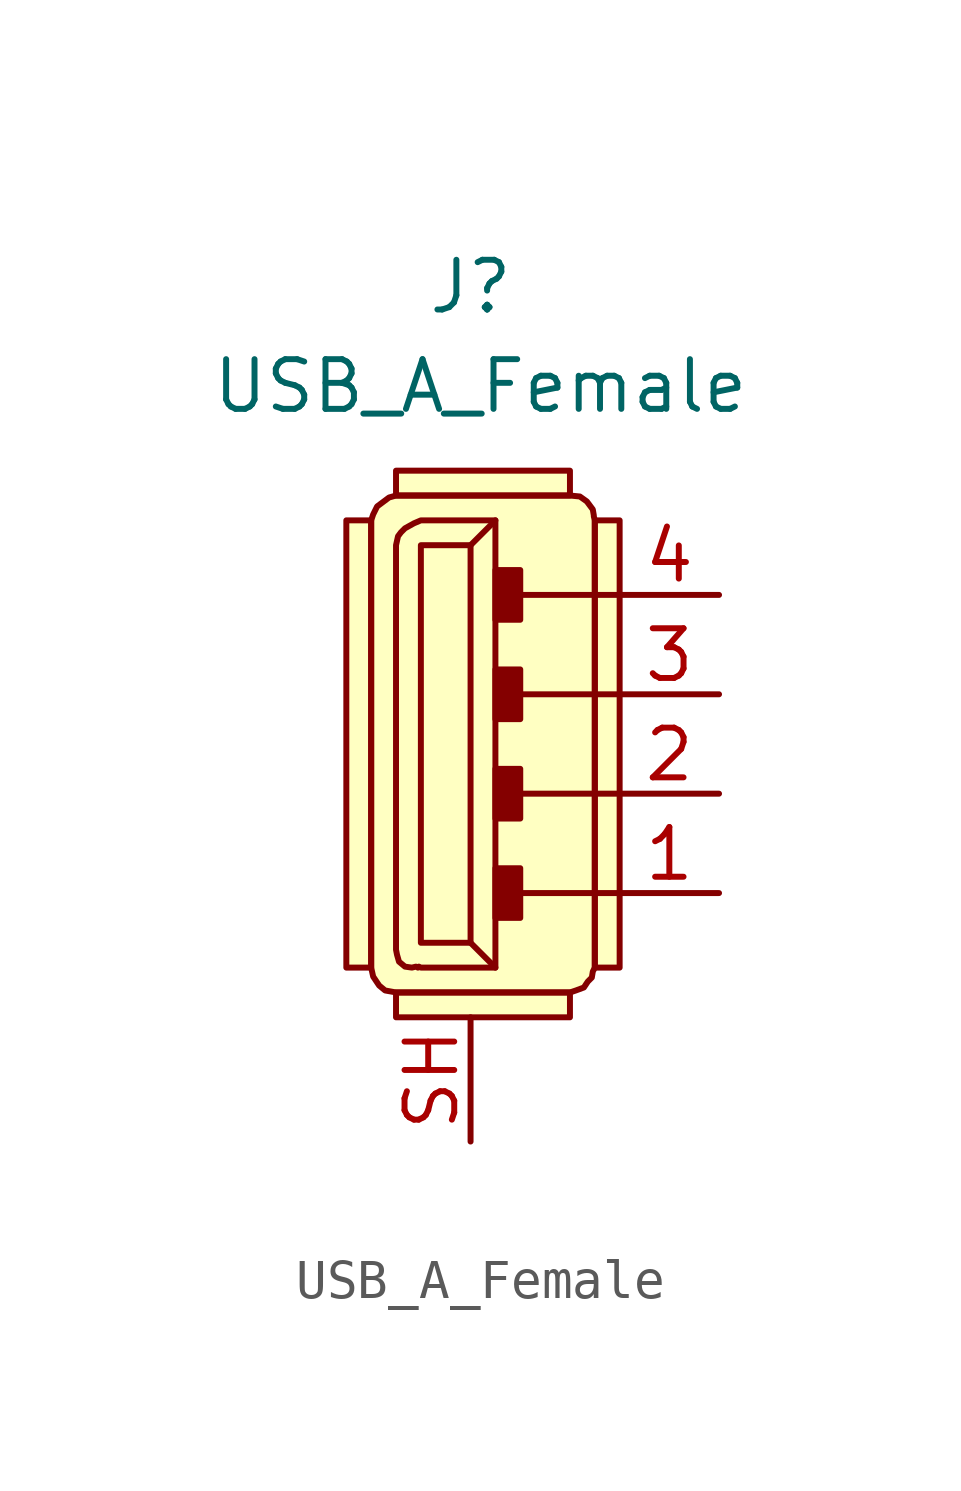
<source format=kicad_sym>
(kicad_symbol_lib
  (version 20231120)
  (generator "kicad_symbol_editor")
  (generator_version "8.0")
  (symbol "USB_A_Female"
    (pin_names
      (offset 1.016))
    (property "Reference" "J"
      (at 1.27 12.954 0)
      (effects (font (size 1.27 1.27))))
    (property "Value" "USB_A_Female"
      (at 1.524 10.414 0)
      (effects (font (size 1.27 1.27))))
    (symbol "USB_A_Female_0_1"
      (rectangle (start -1.27 -4.445) (end -1.905 6.985) (stroke (width 0) (type solid)) (fill (type background)))
      (polyline (pts (xy 1.27 -3.81) (xy 1.905 -4.445)) (stroke (width 0) (type solid)) (fill (type none)))
      (polyline (pts (xy 1.27 6.35) (xy 1.905 6.985)) (stroke (width 0) (type solid)) (fill (type none)))
      (polyline (pts (xy 5.08 -2.54) (xy 2.54 -2.54)) (stroke (width 0) (type solid)) (fill (type none)))
      (polyline (pts (xy 5.08 0) (xy 2.54 0)) (stroke (width 0) (type solid)) (fill (type none)))
      (polyline (pts (xy 5.08 2.54) (xy 2.54 2.54)) (stroke (width 0) (type solid)) (fill (type none)))
      (polyline (pts (xy 5.08 5.08) (xy 2.54 5.08)) (stroke (width 0) (type solid)) (fill (type none)))
      (polyline (pts (xy -0.635 6.35) (xy -0.635 -3.81) (xy -0.635 -3.988) (xy -0.61 -4.115) (xy -0.559 -4.293) (xy -0.406 -4.42) (xy -0.229 -4.445) (xy -0.127 -4.42) (xy -0.076 -4.445) (xy -0.051 -4.42) (xy 0 -4.445) (xy 1.905 -4.445) (xy 1.905 6.985) (xy 0 6.985) (xy -0.178 6.909) (xy -0.406 6.782) (xy -0.508 6.68) (xy -0.584 6.579) (xy -0.635 6.35)) (stroke (width 0) (type solid)) (fill (type none)))
      (polyline (pts (xy -0.635 -5.08) (xy 3.81 -5.08) (xy 3.962 -5.029) (xy 4.166 -4.953) (xy 4.267 -4.801) (xy 4.369 -4.699) (xy 4.394 -4.547) (xy 4.445 -4.445) (xy 4.445 6.985) (xy 4.42 7.087) (xy 4.42 7.112) (xy 4.394 7.264) (xy 4.242 7.468) (xy 4.064 7.595) (xy 3.81 7.62) (xy -0.635 7.62) (xy -0.813 7.569) (xy -1.118 7.341) (xy -1.219 7.137) (xy -1.27 6.985) (xy -1.27 -4.445) (xy -1.219 -4.674) (xy -1.067 -4.902) (xy -0.914 -5.029) (xy -0.635 -5.08)) (stroke (width 0) (type solid)) (fill (type background)))
      (rectangle (start 1.27 6.35) (end 0 -3.81) (stroke (width 0) (type solid)) (fill (type none)))
      (rectangle (start 2.54 -1.905) (end 1.905 -3.175) (stroke (width 0) (type solid)) (fill (type outline)))
      (rectangle (start 2.54 0.635) (end 1.905 -0.635) (stroke (width 0) (type solid)) (fill (type outline)))
      (rectangle (start 2.54 3.175) (end 1.905 1.905) (stroke (width 0) (type solid)) (fill (type outline)))
      (rectangle (start 2.54 4.445) (end 1.905 5.715) (stroke (width 0) (type solid)) (fill (type outline)))
      (rectangle (start 3.81 -5.08) (end -0.635 -5.715) (stroke (width 0) (type solid)) (fill (type background)))
      (rectangle (start 3.81 7.62) (end -0.635 8.255) (stroke (width 0) (type solid)) (fill (type background)))
      (rectangle (start 4.445 6.985) (end 5.08 -4.445) (stroke (width 0) (type solid)) (fill (type background))))
    (symbol "USB_A_Female_1_1"
      (pin passive line (at 7.62 -2.54 180) (length 2.54) (name "~" (effects (font (size 1.27 1.27)))) (number "1" (effects (font (size 1.27 1.27)))))
      (pin passive line (at 7.62 0 180) (length 2.54) (name "~" (effects (font (size 1.27 1.27)))) (number "2" (effects (font (size 1.27 1.27)))))
      (pin passive line (at 7.62 2.54 180) (length 2.54) (name "~" (effects (font (size 1.27 1.27)))) (number "3" (effects (font (size 1.27 1.27)))))
      (pin passive line (at 7.62 5.08 180) (length 2.54) (name "~" (effects (font (size 1.27 1.27)))) (number "4" (effects (font (size 1.27 1.27)))))
      (pin passive line (at 1.27 -8.89 90) (length 3.175) (name "~" (effects (font (size 1.27 1.27)))) (number "SH" (effects (font (size 1.27 1.27))))))))
</source>
